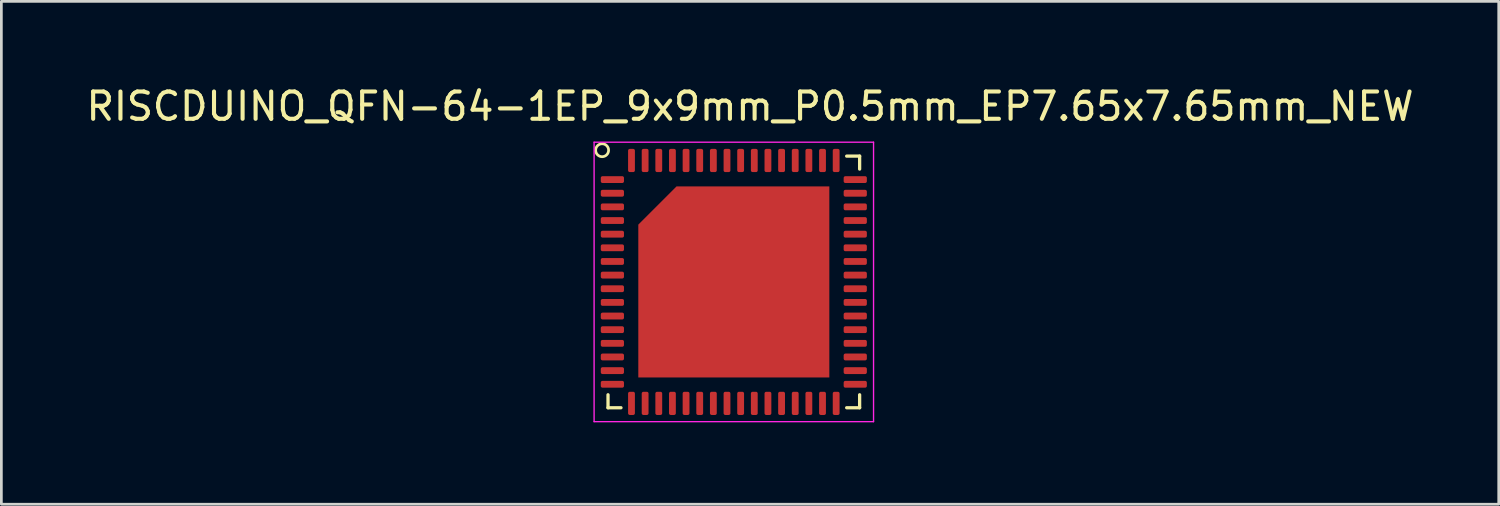
<source format=kicad_pcb>
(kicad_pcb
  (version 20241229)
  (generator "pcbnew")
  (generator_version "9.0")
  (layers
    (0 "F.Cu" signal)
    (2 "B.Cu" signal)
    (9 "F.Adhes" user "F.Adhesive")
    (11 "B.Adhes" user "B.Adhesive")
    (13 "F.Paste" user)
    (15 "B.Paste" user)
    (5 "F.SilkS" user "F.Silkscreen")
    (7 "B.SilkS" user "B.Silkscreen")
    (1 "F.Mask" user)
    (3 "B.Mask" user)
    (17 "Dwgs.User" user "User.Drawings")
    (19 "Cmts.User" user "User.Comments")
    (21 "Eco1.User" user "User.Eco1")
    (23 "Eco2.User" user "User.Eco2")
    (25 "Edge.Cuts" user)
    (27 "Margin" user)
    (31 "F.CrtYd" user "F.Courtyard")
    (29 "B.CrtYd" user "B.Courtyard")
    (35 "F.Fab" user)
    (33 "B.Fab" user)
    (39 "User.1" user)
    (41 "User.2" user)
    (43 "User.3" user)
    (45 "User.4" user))
  (footprint "RISCDUINO_QFN-64-1EP_9x9mm_P0.5mm_EP7.65x7.65mm_NEW"
    (layer "F.Cu")
    (at 19.39 3.531)
    (property "Reference" "RISCDUINO_QFN-64-1EP_9x9mm_P0.5mm_EP7.65x7.65mm_NEW" (at 5.045 -2.683 0) (layer "F.SilkS") (effects (font (size 1 1) (thickness 0.15))))
    (attr smd)
    (fp_line (start -0.16 8.36) (end -0.16 7.885) (stroke (width 0.12) (type solid)) (layer "F.SilkS"))
    (fp_line (start 0.315 8.36) (end -0.16 8.36) (stroke (width 0.12) (type solid)) (layer "F.SilkS"))
    (fp_line (start 8.585 -0.86) (end 9.06 -0.86) (stroke (width 0.12) (type solid)) (layer "F.SilkS"))
    (fp_line (start 8.585 8.36) (end 9.06 8.36) (stroke (width 0.12) (type solid)) (layer "F.SilkS"))
    (fp_line (start 9.06 -0.86) (end 9.06 -0.385) (stroke (width 0.12) (type solid)) (layer "F.SilkS"))
    (fp_line (start 9.06 8.36) (end 9.06 7.885) (stroke (width 0.12) (type solid)) (layer "F.SilkS"))
    (fp_circle (center -0.376 -1.076) (end -0.139 -1.076) (stroke (width 0.1) (type solid)) (fill no) (layer "F.SilkS"))
    (fp_line (start -0.67 -1.37) (end -0.67 8.87) (stroke (width 0.05) (type solid)) (layer "F.CrtYd"))
    (fp_line (start -0.67 8.87) (end 9.57 8.87) (stroke (width 0.05) (type solid)) (layer "F.CrtYd"))
    (fp_line (start 9.57 -1.37) (end -0.67 -1.37) (stroke (width 0.05) (type solid)) (layer "F.CrtYd"))
    (fp_line (start 9.57 8.87) (end 9.57 -1.37) (stroke (width 0.05) (type solid)) (layer "F.CrtYd"))
    (pad "" smd roundrect (at 2.53 1.83) (size 1.03 1.03) (layers "F.Paste") (roundrect_rratio 0.243))
    (pad "" smd roundrect (at 2.53 3.11) (size 1.03 1.03) (layers "F.Paste") (roundrect_rratio 0.243))
    (pad "" smd roundrect (at 2.53 4.39) (size 1.03 1.03) (layers "F.Paste") (roundrect_rratio 0.243))
    (pad "" smd roundrect (at 2.53 5.67) (size 1.03 1.03) (layers "F.Paste") (roundrect_rratio 0.243))
    (pad "" smd roundrect (at 3.81 1.83) (size 1.03 1.03) (layers "F.Paste") (roundrect_rratio 0.243))
    (pad "" smd roundrect (at 3.81 3.11) (size 1.03 1.03) (layers "F.Paste") (roundrect_rratio 0.243))
    (pad "" smd roundrect (at 3.81 4.39) (size 1.03 1.03) (layers "F.Paste") (roundrect_rratio 0.243))
    (pad "" smd roundrect (at 3.81 5.67) (size 1.03 1.03) (layers "F.Paste") (roundrect_rratio 0.243))
    (pad "" smd roundrect (at 5.09 1.83) (size 1.03 1.03) (layers "F.Paste") (roundrect_rratio 0.243))
    (pad "" smd roundrect (at 5.09 3.11) (size 1.03 1.03) (layers "F.Paste") (roundrect_rratio 0.243))
    (pad "" smd roundrect (at 5.09 4.39) (size 1.03 1.03) (layers "F.Paste") (roundrect_rratio 0.243))
    (pad "" smd roundrect (at 5.09 5.67) (size 1.03 1.03) (layers "F.Paste") (roundrect_rratio 0.243))
    (pad "" smd roundrect (at 6.37 1.83) (size 1.03 1.03) (layers "F.Paste") (roundrect_rratio 0.243))
    (pad "" smd roundrect (at 6.37 3.11) (size 1.03 1.03) (layers "F.Paste") (roundrect_rratio 0.243))
    (pad "" smd roundrect (at 6.37 4.39) (size 1.03 1.03) (layers "F.Paste") (roundrect_rratio 0.243))
    (pad "" smd roundrect (at 6.37 5.67) (size 1.03 1.03) (layers "F.Paste") (roundrect_rratio 0.243))
    (pad "1" smd roundrect (at 0 0) (size 0.85 0.25) (layers "F.Cu" "F.Mask" "F.Paste") (roundrect_rratio 0.25))
    (pad "2" smd roundrect (at 0 0.5) (size 0.85 0.25) (layers "F.Cu" "F.Mask" "F.Paste") (roundrect_rratio 0.25))
    (pad "3" smd roundrect (at 0 1) (size 0.85 0.25) (layers "F.Cu" "F.Mask" "F.Paste") (roundrect_rratio 0.25))
    (pad "4" smd roundrect (at 0 1.5) (size 0.85 0.25) (layers "F.Cu" "F.Mask" "F.Paste") (roundrect_rratio 0.25))
    (pad "5" smd roundrect (at 0 2) (size 0.85 0.25) (layers "F.Cu" "F.Mask" "F.Paste") (roundrect_rratio 0.25))
    (pad "6" smd roundrect (at 0 2.5) (size 0.85 0.25) (layers "F.Cu" "F.Mask" "F.Paste") (roundrect_rratio 0.25))
    (pad "7" smd roundrect (at 0 3) (size 0.85 0.25) (layers "F.Cu" "F.Mask" "F.Paste") (roundrect_rratio 0.25))
    (pad "8" smd roundrect (at 0 3.5) (size 0.85 0.25) (layers "F.Cu" "F.Mask" "F.Paste") (roundrect_rratio 0.25))
    (pad "9" smd roundrect (at 0 4) (size 0.85 0.25) (layers "F.Cu" "F.Mask" "F.Paste") (roundrect_rratio 0.25))
    (pad "10" smd roundrect (at 0 4.5) (size 0.85 0.25) (layers "F.Cu" "F.Mask" "F.Paste") (roundrect_rratio 0.25))
    (pad "11" smd roundrect (at 0 5) (size 0.85 0.25) (layers "F.Cu" "F.Mask" "F.Paste") (roundrect_rratio 0.25))
    (pad "12" smd roundrect (at 0 5.5) (size 0.85 0.25) (layers "F.Cu" "F.Mask" "F.Paste") (roundrect_rratio 0.25))
    (pad "13" smd roundrect (at 0 6) (size 0.85 0.25) (layers "F.Cu" "F.Mask" "F.Paste") (roundrect_rratio 0.25))
    (pad "14" smd roundrect (at 0 6.5) (size 0.85 0.25) (layers "F.Cu" "F.Mask" "F.Paste") (roundrect_rratio 0.25))
    (pad "15" smd roundrect (at 0 7) (size 0.85 0.25) (layers "F.Cu" "F.Mask" "F.Paste") (roundrect_rratio 0.25))
    (pad "16" smd roundrect (at 0 7.5) (size 0.85 0.25) (layers "F.Cu" "F.Mask" "F.Paste") (roundrect_rratio 0.25))
    (pad "17" smd roundrect (at 0.7 8.2) (size 0.25 0.85) (layers "F.Cu" "F.Mask" "F.Paste") (roundrect_rratio 0.25))
    (pad "18" smd roundrect (at 1.2 8.2) (size 0.25 0.85) (layers "F.Cu" "F.Mask" "F.Paste") (roundrect_rratio 0.25))
    (pad "19" smd roundrect (at 1.7 8.2) (size 0.25 0.85) (layers "F.Cu" "F.Mask" "F.Paste") (roundrect_rratio 0.25))
    (pad "20" smd roundrect (at 2.2 8.2) (size 0.25 0.85) (layers "F.Cu" "F.Mask" "F.Paste") (roundrect_rratio 0.25))
    (pad "21" smd roundrect (at 2.7 8.2) (size 0.25 0.85) (layers "F.Cu" "F.Mask" "F.Paste") (roundrect_rratio 0.25))
    (pad "22" smd roundrect (at 3.2 8.2) (size 0.25 0.85) (layers "F.Cu" "F.Mask" "F.Paste") (roundrect_rratio 0.25))
    (pad "23" smd roundrect (at 3.7 8.2) (size 0.25 0.85) (layers "F.Cu" "F.Mask" "F.Paste") (roundrect_rratio 0.25))
    (pad "24" smd roundrect (at 4.2 8.2) (size 0.25 0.85) (layers "F.Cu" "F.Mask" "F.Paste") (roundrect_rratio 0.25))
    (pad "25" smd roundrect (at 4.7 8.2) (size 0.25 0.85) (layers "F.Cu" "F.Mask" "F.Paste") (roundrect_rratio 0.25))
    (pad "26" smd roundrect (at 5.2 8.2) (size 0.25 0.85) (layers "F.Cu" "F.Mask" "F.Paste") (roundrect_rratio 0.25))
    (pad "27" smd roundrect (at 5.7 8.2) (size 0.25 0.85) (layers "F.Cu" "F.Mask" "F.Paste") (roundrect_rratio 0.25))
    (pad "28" smd roundrect (at 6.2 8.2) (size 0.25 0.85) (layers "F.Cu" "F.Mask" "F.Paste") (roundrect_rratio 0.25))
    (pad "29" smd roundrect (at 6.7 8.2) (size 0.25 0.85) (layers "F.Cu" "F.Mask" "F.Paste") (roundrect_rratio 0.25))
    (pad "30" smd roundrect (at 7.2 8.2) (size 0.25 0.85) (layers "F.Cu" "F.Mask" "F.Paste") (roundrect_rratio 0.25))
    (pad "31" smd roundrect (at 7.7 8.2) (size 0.25 0.85) (layers "F.Cu" "F.Mask" "F.Paste") (roundrect_rratio 0.25))
    (pad "32" smd roundrect (at 8.2 8.2) (size 0.25 0.85) (layers "F.Cu" "F.Mask" "F.Paste") (roundrect_rratio 0.25))
    (pad "33" smd roundrect (at 8.9 7.5) (size 0.85 0.25) (layers "F.Cu" "F.Mask" "F.Paste") (roundrect_rratio 0.25))
    (pad "34" smd roundrect (at 8.9 7) (size 0.85 0.25) (layers "F.Cu" "F.Mask" "F.Paste") (roundrect_rratio 0.25))
    (pad "35" smd roundrect (at 8.9 6.5) (size 0.85 0.25) (layers "F.Cu" "F.Mask" "F.Paste") (roundrect_rratio 0.25))
    (pad "36" smd roundrect (at 8.9 6) (size 0.85 0.25) (layers "F.Cu" "F.Mask" "F.Paste") (roundrect_rratio 0.25))
    (pad "37" smd roundrect (at 8.9 5.5) (size 0.85 0.25) (layers "F.Cu" "F.Mask" "F.Paste") (roundrect_rratio 0.25))
    (pad "38" smd roundrect (at 8.9 5) (size 0.85 0.25) (layers "F.Cu" "F.Mask" "F.Paste") (roundrect_rratio 0.25))
    (pad "39" smd roundrect (at 8.9 4.5) (size 0.85 0.25) (layers "F.Cu" "F.Mask" "F.Paste") (roundrect_rratio 0.25))
    (pad "40" smd roundrect (at 8.9 4) (size 0.85 0.25) (layers "F.Cu" "F.Mask" "F.Paste") (roundrect_rratio 0.25))
    (pad "41" smd roundrect (at 8.9 3.5) (size 0.85 0.25) (layers "F.Cu" "F.Mask" "F.Paste") (roundrect_rratio 0.25))
    (pad "42" smd roundrect (at 8.9 3) (size 0.85 0.25) (layers "F.Cu" "F.Mask" "F.Paste") (roundrect_rratio 0.25))
    (pad "43" smd roundrect (at 8.9 2.5) (size 0.85 0.25) (layers "F.Cu" "F.Mask" "F.Paste") (roundrect_rratio 0.25))
    (pad "44" smd roundrect (at 8.9 2) (size 0.85 0.25) (layers "F.Cu" "F.Mask" "F.Paste") (roundrect_rratio 0.25))
    (pad "45" smd roundrect (at 8.9 1.5) (size 0.85 0.25) (layers "F.Cu" "F.Mask" "F.Paste") (roundrect_rratio 0.25))
    (pad "46" smd roundrect (at 8.9 1) (size 0.85 0.25) (layers "F.Cu" "F.Mask" "F.Paste") (roundrect_rratio 0.25))
    (pad "47" smd roundrect (at 8.9 0.5) (size 0.85 0.25) (layers "F.Cu" "F.Mask" "F.Paste") (roundrect_rratio 0.25))
    (pad "48" smd roundrect (at 8.9 0) (size 0.85 0.25) (layers "F.Cu" "F.Mask" "F.Paste") (roundrect_rratio 0.25))
    (pad "49" smd roundrect (at 8.2 -0.7) (size 0.25 0.85) (layers "F.Cu" "F.Mask" "F.Paste") (roundrect_rratio 0.25))
    (pad "50" smd roundrect (at 7.7 -0.7) (size 0.25 0.85) (layers "F.Cu" "F.Mask" "F.Paste") (roundrect_rratio 0.25))
    (pad "51" smd roundrect (at 7.2 -0.7) (size 0.25 0.85) (layers "F.Cu" "F.Mask" "F.Paste") (roundrect_rratio 0.25))
    (pad "52" smd roundrect (at 6.7 -0.7) (size 0.25 0.85) (layers "F.Cu" "F.Mask" "F.Paste") (roundrect_rratio 0.25))
    (pad "53" smd roundrect (at 6.2 -0.7) (size 0.25 0.85) (layers "F.Cu" "F.Mask" "F.Paste") (roundrect_rratio 0.25))
    (pad "54" smd roundrect (at 5.7 -0.7) (size 0.25 0.85) (layers "F.Cu" "F.Mask" "F.Paste") (roundrect_rratio 0.25))
    (pad "55" smd roundrect (at 5.2 -0.7) (size 0.25 0.85) (layers "F.Cu" "F.Mask" "F.Paste") (roundrect_rratio 0.25))
    (pad "56" smd roundrect (at 4.7 -0.7) (size 0.25 0.85) (layers "F.Cu" "F.Mask" "F.Paste") (roundrect_rratio 0.25))
    (pad "57" smd roundrect (at 4.2 -0.7) (size 0.25 0.85) (layers "F.Cu" "F.Mask" "F.Paste") (roundrect_rratio 0.25))
    (pad "58" smd roundrect (at 3.7 -0.7) (size 0.25 0.85) (layers "F.Cu" "F.Mask" "F.Paste") (roundrect_rratio 0.25))
    (pad "59" smd roundrect (at 3.2 -0.7) (size 0.25 0.85) (layers "F.Cu" "F.Mask" "F.Paste") (roundrect_rratio 0.25))
    (pad "60" smd roundrect (at 2.7 -0.7) (size 0.25 0.85) (layers "F.Cu" "F.Mask" "F.Paste") (roundrect_rratio 0.25))
    (pad "61" smd roundrect (at 2.2 -0.7) (size 0.25 0.85) (layers "F.Cu" "F.Mask" "F.Paste") (roundrect_rratio 0.25))
    (pad "62" smd roundrect (at 1.7 -0.7) (size 0.25 0.85) (layers "F.Cu" "F.Mask" "F.Paste") (roundrect_rratio 0.25))
    (pad "63" smd roundrect (at 1.2 -0.7) (size 0.25 0.85) (layers "F.Cu" "F.Mask" "F.Paste") (roundrect_rratio 0.25))
    (pad "64" smd roundrect (at 0.7 -0.7) (size 0.25 0.85) (layers "F.Cu" "F.Mask" "F.Paste") (roundrect_rratio 0.25))
    (pad "65" smd roundrect (at 4.45 3.75) (size 7 7) (layers "F.Cu" "F.Mask") (roundrect_rratio 0) (chamfer_ratio 0.2) (chamfer top_left)))
  (gr_rect
    (start -3 -3)
    (end 51.869 15.426)
    (stroke (width 0.1) (type default))
    (fill no)
    (layer "Edge.Cuts")))
</source>
